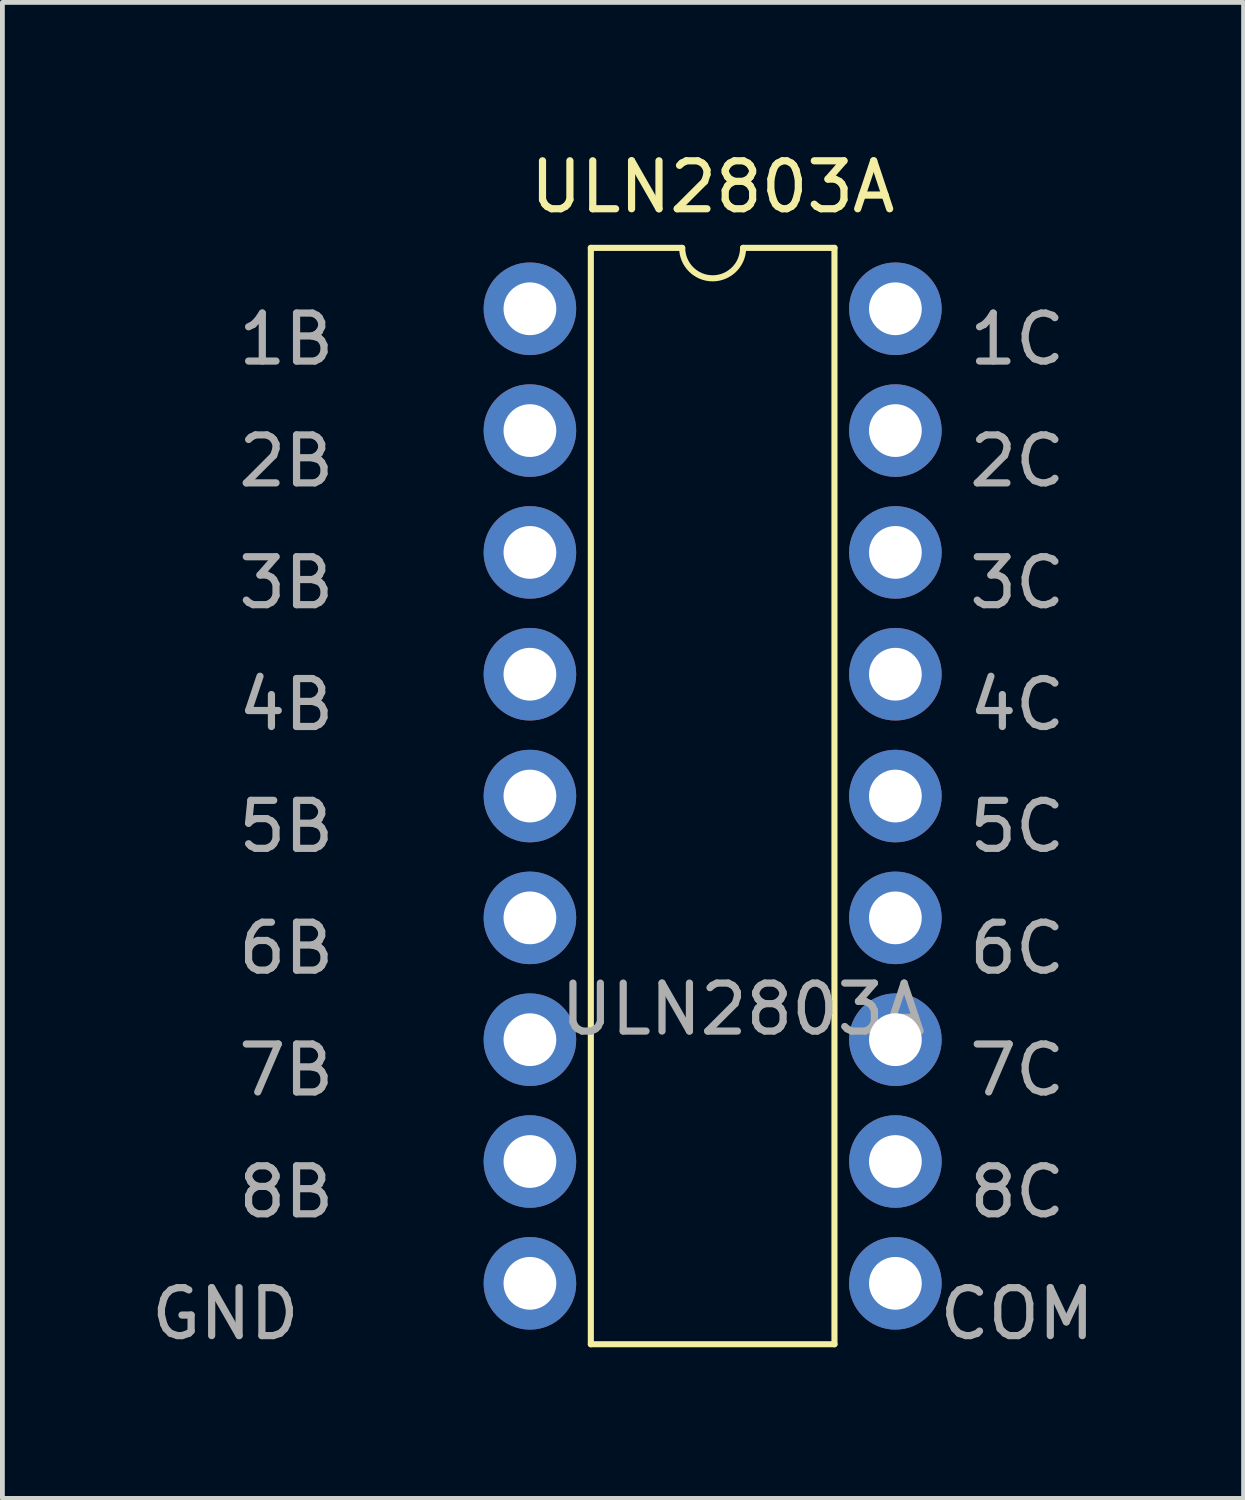
<source format=kicad_pcb>
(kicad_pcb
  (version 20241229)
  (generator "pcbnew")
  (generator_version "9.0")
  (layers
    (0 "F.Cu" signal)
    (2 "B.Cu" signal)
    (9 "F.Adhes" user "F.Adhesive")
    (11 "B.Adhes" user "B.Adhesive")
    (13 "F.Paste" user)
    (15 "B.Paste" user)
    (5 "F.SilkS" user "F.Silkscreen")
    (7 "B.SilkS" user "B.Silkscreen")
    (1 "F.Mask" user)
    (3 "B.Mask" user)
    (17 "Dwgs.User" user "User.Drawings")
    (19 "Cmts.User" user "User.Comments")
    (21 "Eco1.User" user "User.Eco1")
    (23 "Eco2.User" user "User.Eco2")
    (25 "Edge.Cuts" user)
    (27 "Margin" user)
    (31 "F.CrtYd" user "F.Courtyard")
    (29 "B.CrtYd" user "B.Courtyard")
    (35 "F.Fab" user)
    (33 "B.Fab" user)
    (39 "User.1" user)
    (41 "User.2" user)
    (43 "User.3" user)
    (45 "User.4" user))
  (footprint "ULN2803A"
    (layer "F.Cu")
    (at 11.809 12.278)
    (property "Reference" "ULN2803A" (at 0 -11.43 0) (layer "F.SilkS") (effects (font (size 1 1) (thickness 0.15))))
    (attr through_hole)
    (fp_line (start -2.54 -10.16) (end -2.54 12.7) (stroke (width 0.127) (type solid)) (layer "F.SilkS"))
    (fp_line (start -2.54 -10.16) (end -0.635 -10.16) (stroke (width 0.127) (type solid)) (layer "F.SilkS"))
    (fp_line (start -2.54 12.7) (end 2.54 12.7) (stroke (width 0.127) (type solid)) (layer "F.SilkS"))
    (fp_line (start 0.635 -10.16) (end 2.54 -10.16) (stroke (width 0.127) (type solid)) (layer "F.SilkS"))
    (fp_line (start 2.54 12.7) (end 2.54 -10.16) (stroke (width 0.127) (type solid)) (layer "F.SilkS"))
    (fp_arc (start 0.635 -10.16) (mid 0 -9.525) (end -0.635 -10.16) (stroke (width 0.127) (type solid)) (layer "F.SilkS"))
    (fp_text user "6B" (at -8.89 4.445 0) (layer "F.Fab") (effects (font (size 1 1) (thickness 0.15))))
    (fp_text user "8B" (at -8.89 9.525 0) (layer "F.Fab") (effects (font (size 1 1) (thickness 0.15))))
    (fp_text user "5B" (at -8.89 1.905 0) (layer "F.Fab") (effects (font (size 1 1) (thickness 0.15))))
    (fp_text user "6C" (at 6.35 4.445 0) (layer "F.Fab") (effects (font (size 1 1) (thickness 0.15))))
    (fp_text user "4C" (at 6.35 -0.635 0) (layer "F.Fab") (effects (font (size 1 1) (thickness 0.15))))
    (fp_text user "5C" (at 6.35 1.905 0) (layer "F.Fab") (effects (font (size 1 1) (thickness 0.15))))
    (fp_text user "ULN2803A" (at 0.635 5.715 0) (layer "F.Fab") (effects (font (size 1 1) (thickness 0.15))))
    (fp_text user "COM" (at 6.35 12.065 0) (layer "F.Fab") (effects (font (size 1 1) (thickness 0.15))))
    (fp_text user "7C" (at 6.35 6.985 0) (layer "F.Fab") (effects (font (size 1 1) (thickness 0.15))))
    (fp_text user "3C" (at 6.35 -3.175 0) (layer "F.Fab") (effects (font (size 1 1) (thickness 0.15))))
    (fp_text user "1B" (at -8.89 -8.255 0) (layer "F.Fab") (effects (font (size 1 1) (thickness 0.15))))
    (fp_text user "2B" (at -8.89 -5.715 0) (layer "F.Fab") (effects (font (size 1 1) (thickness 0.15))))
    (fp_text user "7B" (at -8.89 6.985 0) (layer "F.Fab") (effects (font (size 1 1) (thickness 0.15))))
    (fp_text user "8C" (at 6.35 9.525 0) (layer "F.Fab") (effects (font (size 1 1) (thickness 0.15))))
    (fp_text user "2C" (at 6.35 -5.715 0) (layer "F.Fab") (effects (font (size 1 1) (thickness 0.15))))
    (fp_text user "4B" (at -8.89 -0.635 0) (layer "F.Fab") (effects (font (size 1 1) (thickness 0.15))))
    (fp_text user "1C" (at 6.35 -8.255 0) (layer "F.Fab") (effects (font (size 1 1) (thickness 0.15))))
    (fp_text user "3B" (at -8.89 -3.175 0) (layer "F.Fab") (effects (font (size 1 1) (thickness 0.15))))
    (fp_text user "GND" (at -10.16 12.065 0) (layer "F.Fab") (effects (font (size 1 1) (thickness 0.15))))
    (pad "1" thru_hole circle (at -3.81 -8.89) (size 1.93 1.93) (drill 1.1) (layers "*.Cu" "*.Mask"))
    (pad "2" thru_hole circle (at -3.81 -6.35) (size 1.93 1.93) (drill 1.1) (layers "*.Cu" "*.Mask"))
    (pad "3" thru_hole circle (at -3.81 -3.81) (size 1.93 1.93) (drill 1.1) (layers "*.Cu" "*.Mask"))
    (pad "4" thru_hole circle (at -3.81 -1.27) (size 1.93 1.93) (drill 1.1) (layers "*.Cu" "*.Mask"))
    (pad "5" thru_hole circle (at -3.81 1.27) (size 1.93 1.93) (drill 1.1) (layers "*.Cu" "*.Mask"))
    (pad "6" thru_hole circle (at -3.81 3.81) (size 1.93 1.93) (drill 1.1) (layers "*.Cu" "*.Mask"))
    (pad "7" thru_hole circle (at -3.81 6.35) (size 1.93 1.93) (drill 1.1) (layers "*.Cu" "*.Mask"))
    (pad "8" thru_hole circle (at -3.81 8.89) (size 1.93 1.93) (drill 1.1) (layers "*.Cu" "*.Mask"))
    (pad "9" thru_hole circle (at -3.81 11.43) (size 1.93 1.93) (drill 1.1) (layers "*.Cu" "*.Mask"))
    (pad "10" thru_hole circle (at 3.81 11.43) (size 1.93 1.93) (drill 1.1) (layers "*.Cu" "*.Mask"))
    (pad "11" thru_hole circle (at 3.81 8.89) (size 1.93 1.93) (drill 1.1) (layers "*.Cu" "*.Mask"))
    (pad "12" thru_hole circle (at 3.81 6.35) (size 1.93 1.93) (drill 1.1) (layers "*.Cu" "*.Mask"))
    (pad "13" thru_hole circle (at 3.81 3.81) (size 1.93 1.93) (drill 1.1) (layers "*.Cu" "*.Mask"))
    (pad "14" thru_hole circle (at 3.81 1.27) (size 1.93 1.93) (drill 1.1) (layers "*.Cu" "*.Mask"))
    (pad "15" thru_hole circle (at 3.81 -1.27) (size 1.93 1.93) (drill 1.1) (layers "*.Cu" "*.Mask"))
    (pad "16" thru_hole circle (at 3.81 -3.81) (size 1.93 1.93) (drill 1.1) (layers "*.Cu" "*.Mask"))
    (pad "17" thru_hole circle (at 3.81 -6.35) (size 1.93 1.93) (drill 1.1) (layers "*.Cu" "*.Mask"))
    (pad "18" thru_hole circle (at 3.81 -8.89) (size 1.93 1.93) (drill 1.1) (layers "*.Cu" "*.Mask")))
  (gr_rect
    (start -3 -3)
    (end 22.879 28.192)
    (stroke (width 0.1) (type default))
    (fill no)
    (layer "Edge.Cuts")))
</source>
